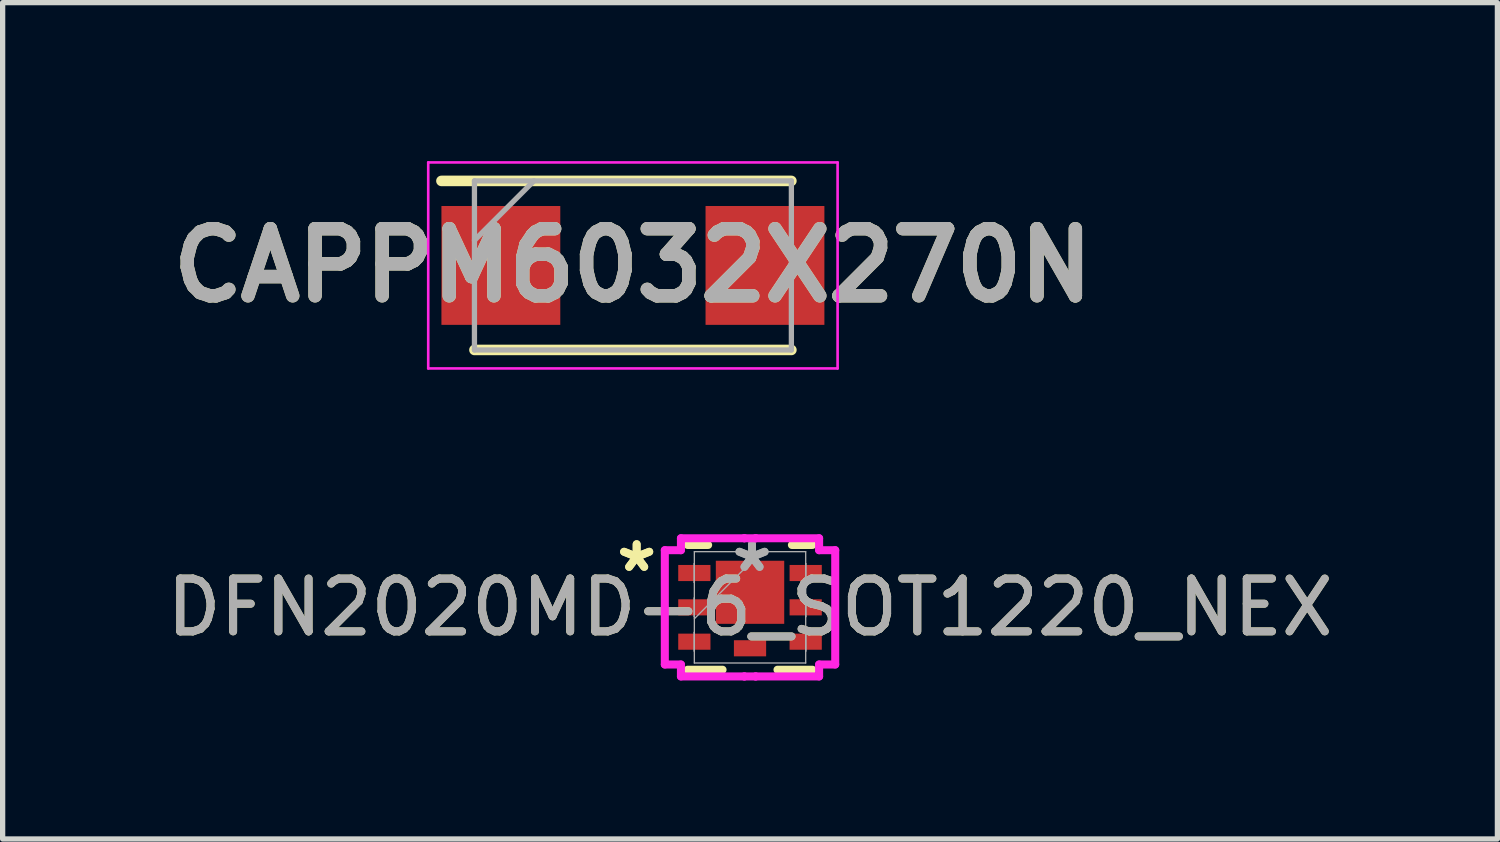
<source format=kicad_pcb>
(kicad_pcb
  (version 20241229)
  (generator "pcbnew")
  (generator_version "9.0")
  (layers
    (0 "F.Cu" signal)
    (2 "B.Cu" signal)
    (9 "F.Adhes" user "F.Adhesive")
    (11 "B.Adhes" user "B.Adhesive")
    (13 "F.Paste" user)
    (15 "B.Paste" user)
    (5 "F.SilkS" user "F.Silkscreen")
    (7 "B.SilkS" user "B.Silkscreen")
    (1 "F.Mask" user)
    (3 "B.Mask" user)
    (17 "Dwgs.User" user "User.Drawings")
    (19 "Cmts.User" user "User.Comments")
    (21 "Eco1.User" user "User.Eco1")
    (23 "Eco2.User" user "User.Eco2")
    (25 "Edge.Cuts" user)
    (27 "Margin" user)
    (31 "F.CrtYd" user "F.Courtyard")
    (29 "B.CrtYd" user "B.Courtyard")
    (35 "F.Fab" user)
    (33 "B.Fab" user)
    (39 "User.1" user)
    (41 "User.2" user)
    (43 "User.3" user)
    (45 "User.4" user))
  (footprint "CAPPM6032X270N"
    (layer "F.Cu")
    (at 8.932 1.975)
    (property "Reference" "CAPPM6032X270N" (at 0 0 0) (layer "F.SilkS") (effects (font (size 1.27 1.27) (thickness 0.254))))
    (attr smd)
    (fp_line (start -3 1.6) (end 3 1.6) (stroke (width 0.2) (type solid)) (layer "F.SilkS"))
    (fp_line (start 3 -1.6) (end -3.625 -1.6) (stroke (width 0.2) (type solid)) (layer "F.SilkS"))
    (fp_line (start -3.875 -1.95) (end 3.875 -1.95) (stroke (width 0.05) (type solid)) (layer "F.CrtYd"))
    (fp_line (start -3.875 1.95) (end -3.875 -1.95) (stroke (width 0.05) (type solid)) (layer "F.CrtYd"))
    (fp_line (start 3.875 -1.95) (end 3.875 1.95) (stroke (width 0.05) (type solid)) (layer "F.CrtYd"))
    (fp_line (start 3.875 1.95) (end -3.875 1.95) (stroke (width 0.05) (type solid)) (layer "F.CrtYd"))
    (fp_line (start -3 -1.6) (end 3 -1.6) (stroke (width 0.1) (type solid)) (layer "F.Fab"))
    (fp_line (start -3 -0.475) (end -1.875 -1.6) (stroke (width 0.1) (type solid)) (layer "F.Fab"))
    (fp_line (start -3 1.6) (end -3 -1.6) (stroke (width 0.1) (type solid)) (layer "F.Fab"))
    (fp_line (start 3 -1.6) (end 3 1.6) (stroke (width 0.1) (type solid)) (layer "F.Fab"))
    (fp_line (start 3 1.6) (end -3 1.6) (stroke (width 0.1) (type solid)) (layer "F.Fab"))
    (fp_text user "${REFERENCE}" (at 0 0 0) (layer "F.Fab") (effects (font (size 1.27 1.27) (thickness 0.254))))
    (pad "1" smd rect (at -2.5 0 90) (size 2.25 2.25) (layers "F.Cu" "F.Mask" "F.Paste"))
    (pad "2" smd rect (at 2.5 0 90) (size 2.25 2.25) (layers "F.Cu" "F.Mask" "F.Paste")))
  (footprint "DFN2020MD-6_SOT1220_NEX"
    (layer "F.Cu")
    (at 11.149 8.448)
    (property "Reference" "DFN2020MD-6_SOT1220_NEX" (at 0 0 0) (unlocked yes) (layer "F.SilkS") (effects (font (size 1 1) (thickness 0.15))))
    (attr smd)
    (fp_line (start -1.181 1.181) (end -0.52 1.181) (stroke (width 0.152) (type solid)) (layer "F.SilkS"))
    (fp_line (start -0.793 -1.181) (end -1.181 -1.181) (stroke (width 0.152) (type solid)) (layer "F.SilkS"))
    (fp_line (start 0.52 1.181) (end 1.181 1.181) (stroke (width 0.152) (type solid)) (layer "F.SilkS"))
    (fp_line (start 1.181 -1.181) (end 0.793 -1.181) (stroke (width 0.152) (type solid)) (layer "F.SilkS"))
    (fp_line (start -1.613 -1.082) (end -1.308 -1.082) (stroke (width 0.152) (type solid)) (layer "F.CrtYd"))
    (fp_line (start -1.613 1.082) (end -1.613 -1.082) (stroke (width 0.152) (type solid)) (layer "F.CrtYd"))
    (fp_line (start -1.308 -1.308) (end -0.107 -1.308) (stroke (width 0.152) (type solid)) (layer "F.CrtYd"))
    (fp_line (start -1.308 -1.082) (end -1.308 -1.308) (stroke (width 0.152) (type solid)) (layer "F.CrtYd"))
    (fp_line (start -1.308 1.082) (end -1.613 1.082) (stroke (width 0.152) (type solid)) (layer "F.CrtYd"))
    (fp_line (start -1.308 1.308) (end -1.308 1.082) (stroke (width 0.152) (type solid)) (layer "F.CrtYd"))
    (fp_line (start -0.107 -1.308) (end -0.107 -1.308) (stroke (width 0.152) (type solid)) (layer "F.CrtYd"))
    (fp_line (start -0.107 -1.308) (end 0.107 -1.308) (stroke (width 0.152) (type solid)) (layer "F.CrtYd"))
    (fp_line (start -0.107 1.308) (end -1.308 1.308) (stroke (width 0.152) (type solid)) (layer "F.CrtYd"))
    (fp_line (start -0.107 1.308) (end -0.107 1.308) (stroke (width 0.152) (type solid)) (layer "F.CrtYd"))
    (fp_line (start 0.107 -1.308) (end 0.107 -1.308) (stroke (width 0.152) (type solid)) (layer "F.CrtYd"))
    (fp_line (start 0.107 -1.308) (end 1.308 -1.308) (stroke (width 0.152) (type solid)) (layer "F.CrtYd"))
    (fp_line (start 0.107 1.308) (end -0.107 1.308) (stroke (width 0.152) (type solid)) (layer "F.CrtYd"))
    (fp_line (start 0.107 1.308) (end 0.107 1.308) (stroke (width 0.152) (type solid)) (layer "F.CrtYd"))
    (fp_line (start 1.308 -1.308) (end 1.308 -1.082) (stroke (width 0.152) (type solid)) (layer "F.CrtYd"))
    (fp_line (start 1.308 -1.082) (end 1.613 -1.082) (stroke (width 0.152) (type solid)) (layer "F.CrtYd"))
    (fp_line (start 1.308 1.082) (end 1.308 1.308) (stroke (width 0.152) (type solid)) (layer "F.CrtYd"))
    (fp_line (start 1.308 1.308) (end 0.107 1.308) (stroke (width 0.152) (type solid)) (layer "F.CrtYd"))
    (fp_line (start 1.613 -1.082) (end 1.613 1.082) (stroke (width 0.152) (type solid)) (layer "F.CrtYd"))
    (fp_line (start 1.613 1.082) (end 1.308 1.082) (stroke (width 0.152) (type solid)) (layer "F.CrtYd"))
    (fp_line (start -1.054 -1.054) (end -1.054 1.054) (stroke (width 0.025) (type solid)) (layer "F.Fab"))
    (fp_line (start -1.054 -0.828) (end -1.054 -0.828) (stroke (width 0.025) (type solid)) (layer "F.Fab"))
    (fp_line (start -1.054 -0.828) (end -1.054 -0.472) (stroke (width 0.025) (type solid)) (layer "F.Fab"))
    (fp_line (start -1.054 -0.472) (end -1.054 -0.828) (stroke (width 0.025) (type solid)) (layer "F.Fab"))
    (fp_line (start -1.054 -0.472) (end -1.054 -0.472) (stroke (width 0.025) (type solid)) (layer "F.Fab"))
    (fp_line (start -1.054 -0.178) (end -1.054 -0.178) (stroke (width 0.025) (type solid)) (layer "F.Fab"))
    (fp_line (start -1.054 -0.178) (end -1.054 0.178) (stroke (width 0.025) (type solid)) (layer "F.Fab"))
    (fp_line (start -1.054 0.178) (end -1.054 -0.178) (stroke (width 0.025) (type solid)) (layer "F.Fab"))
    (fp_line (start -1.054 0.178) (end -1.054 0.178) (stroke (width 0.025) (type solid)) (layer "F.Fab"))
    (fp_line (start -1.054 0.216) (end 0.216 -1.054) (stroke (width 0.025) (type solid)) (layer "F.Fab"))
    (fp_line (start -1.054 0.472) (end -1.054 0.472) (stroke (width 0.025) (type solid)) (layer "F.Fab"))
    (fp_line (start -1.054 0.472) (end -1.054 0.828) (stroke (width 0.025) (type solid)) (layer "F.Fab"))
    (fp_line (start -1.054 0.828) (end -1.054 0.472) (stroke (width 0.025) (type solid)) (layer "F.Fab"))
    (fp_line (start -1.054 0.828) (end -1.054 0.828) (stroke (width 0.025) (type solid)) (layer "F.Fab"))
    (fp_line (start -1.054 1.054) (end 1.054 1.054) (stroke (width 0.025) (type solid)) (layer "F.Fab"))
    (fp_line (start 1.054 -1.054) (end -1.054 -1.054) (stroke (width 0.025) (type solid)) (layer "F.Fab"))
    (fp_line (start 1.054 -0.828) (end 1.054 -0.828) (stroke (width 0.025) (type solid)) (layer "F.Fab"))
    (fp_line (start 1.054 -0.828) (end 1.054 -0.472) (stroke (width 0.025) (type solid)) (layer "F.Fab"))
    (fp_line (start 1.054 -0.472) (end 1.054 -0.828) (stroke (width 0.025) (type solid)) (layer "F.Fab"))
    (fp_line (start 1.054 -0.472) (end 1.054 -0.472) (stroke (width 0.025) (type solid)) (layer "F.Fab"))
    (fp_line (start 1.054 -0.178) (end 1.054 -0.178) (stroke (width 0.025) (type solid)) (layer "F.Fab"))
    (fp_line (start 1.054 -0.178) (end 1.054 0.178) (stroke (width 0.025) (type solid)) (layer "F.Fab"))
    (fp_line (start 1.054 0.178) (end 1.054 -0.178) (stroke (width 0.025) (type solid)) (layer "F.Fab"))
    (fp_line (start 1.054 0.178) (end 1.054 0.178) (stroke (width 0.025) (type solid)) (layer "F.Fab"))
    (fp_line (start 1.054 0.472) (end 1.054 0.472) (stroke (width 0.025) (type solid)) (layer "F.Fab"))
    (fp_line (start 1.054 0.472) (end 1.054 0.828) (stroke (width 0.025) (type solid)) (layer "F.Fab"))
    (fp_line (start 1.054 0.828) (end 1.054 0.472) (stroke (width 0.025) (type solid)) (layer "F.Fab"))
    (fp_line (start 1.054 0.828) (end 1.054 0.828) (stroke (width 0.025) (type solid)) (layer "F.Fab"))
    (fp_line (start 1.054 1.054) (end 1.054 -1.054) (stroke (width 0.025) (type solid)) (layer "F.Fab"))
    (fp_text user "*" (at -2.146 -0.65 0) (unlocked yes) (layer "F.SilkS") (effects (font (size 1 1) (thickness 0.15))))
    (fp_text user "*" (at -2.146 -0.65 0) (layer "F.SilkS") (effects (font (size 1 1) (thickness 0.15))))
    (fp_text user "*" (at 0.038 -0.65 0) (unlocked yes) (layer "F.Fab") (effects (font (size 1 1) (thickness 0.15))))
    (fp_text user "*" (at 0.038 -0.65 0) (layer "F.Fab") (effects (font (size 1 1) (thickness 0.15))))
    (fp_text user "${REFERENCE}" (at 0 0 0) (unlocked yes) (layer "F.Fab") (effects (font (size 1 1) (thickness 0.15))))
    (pad "1" smd rect (at -1.054 -0.65 90) (size 0.305 0.61) (layers "F.Cu" "F.Mask" "F.Paste"))
    (pad "2" smd rect (at -1.054 0 90) (size 0.305 0.61) (layers "F.Cu" "F.Mask" "F.Paste"))
    (pad "3" smd rect (at -1.054 0.65 90) (size 0.305 0.61) (layers "F.Cu" "F.Mask" "F.Paste"))
    (pad "4" smd rect (at 1.054 0.65 90) (size 0.305 0.61) (layers "F.Cu" "F.Mask" "F.Paste"))
    (pad "5" smd rect (at 1.054 0 90) (size 0.305 0.61) (layers "F.Cu" "F.Mask" "F.Paste"))
    (pad "6" smd rect (at 1.054 -0.65 90) (size 0.305 0.61) (layers "F.Cu" "F.Mask" "F.Paste"))
    (pad "7" smd rect (at 0 -0.285) (size 1.295 1.194) (layers "F.Cu" "F.Mask" "F.Paste"))
    (pad "8" smd rect (at 0 0.775) (size 0.61 0.305) (layers "F.Cu" "F.Mask" "F.Paste")))
  (gr_rect
    (start -3 -3)
    (end 25.298 12.833)
    (stroke (width 0.1) (type default))
    (fill no)
    (layer "Edge.Cuts")))
</source>
